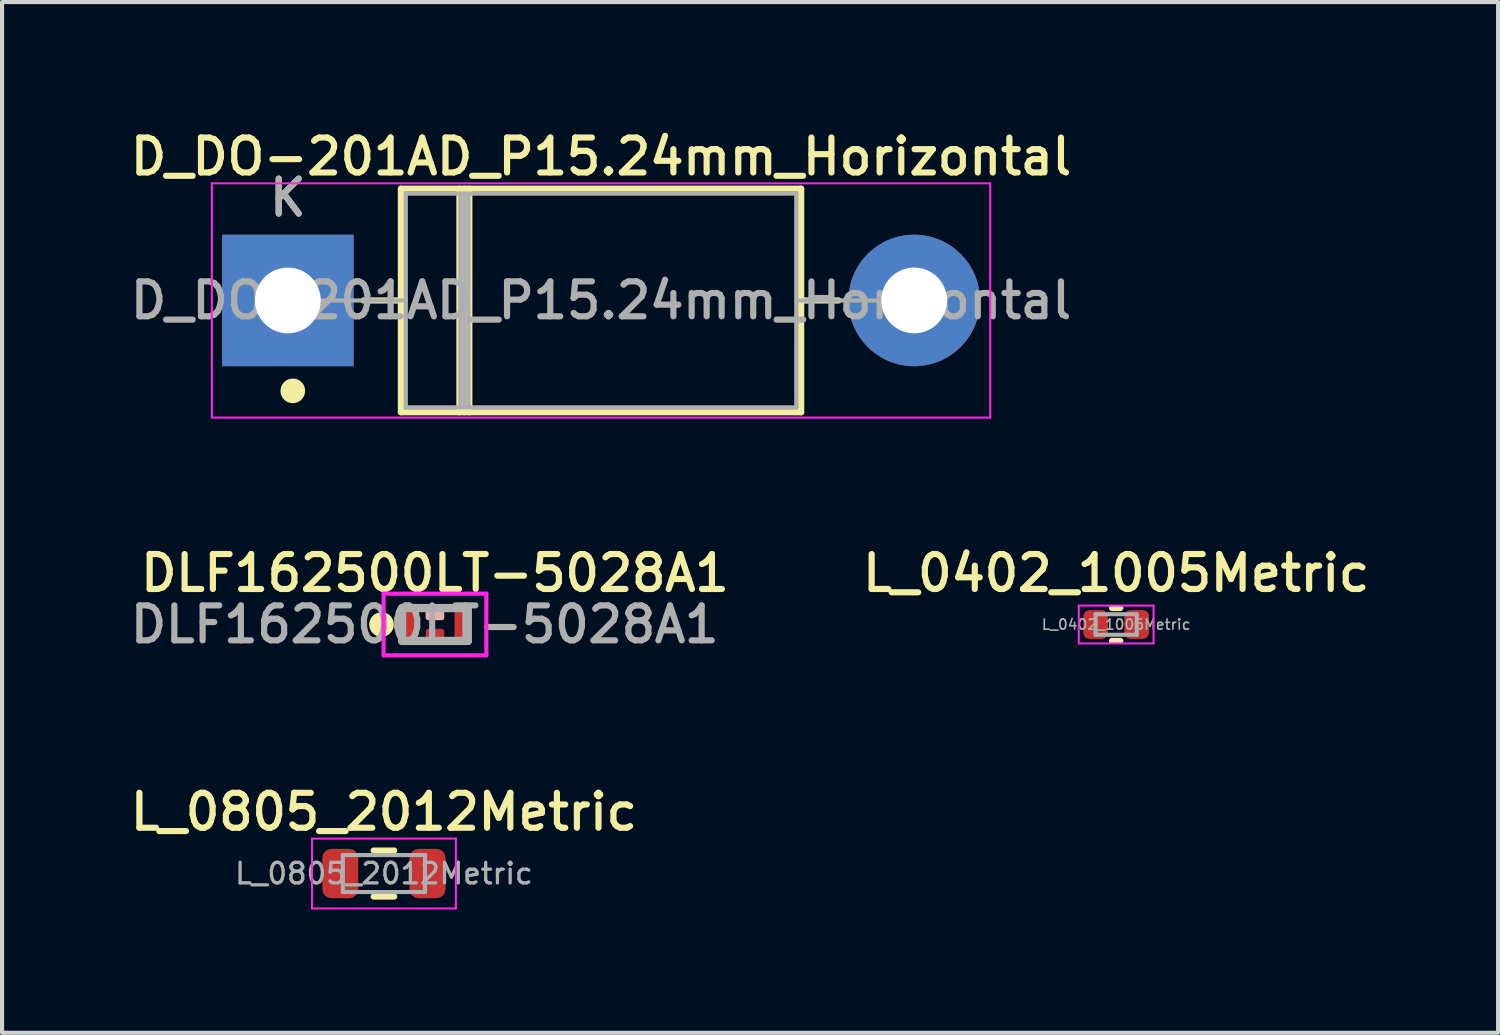
<source format=kicad_pcb>
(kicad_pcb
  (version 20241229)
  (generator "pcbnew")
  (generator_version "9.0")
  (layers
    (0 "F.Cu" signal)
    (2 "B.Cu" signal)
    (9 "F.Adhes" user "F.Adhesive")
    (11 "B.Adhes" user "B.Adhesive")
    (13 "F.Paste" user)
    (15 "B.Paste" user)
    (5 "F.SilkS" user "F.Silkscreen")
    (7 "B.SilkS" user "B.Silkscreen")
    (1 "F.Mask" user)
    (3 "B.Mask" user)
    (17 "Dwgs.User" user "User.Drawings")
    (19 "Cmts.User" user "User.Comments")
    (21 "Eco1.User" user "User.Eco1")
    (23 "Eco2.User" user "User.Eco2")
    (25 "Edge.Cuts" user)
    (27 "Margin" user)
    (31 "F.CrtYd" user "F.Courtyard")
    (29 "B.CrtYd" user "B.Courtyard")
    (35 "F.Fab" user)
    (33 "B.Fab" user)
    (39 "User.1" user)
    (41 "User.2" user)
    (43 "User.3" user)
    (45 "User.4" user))
  (footprint "D_DO-201AD_P15.24mm_Horizontal"
    (layer "F.Cu")
    (at 11.575 4.261)
    (property "Reference" "D_DO-201AD_P15.24mm_Horizontal" (at 0 -3.5 0) (layer "F.SilkS") (effects (font (size 0.85 0.85) (thickness 0.15))))
    (attr through_hole)
    (fp_line (start -5.78 0) (end -4.87 0) (stroke (width 0.15) (type solid)) (layer "F.SilkS"))
    (fp_line (start -4.87 -2.72) (end -4.87 2.72) (stroke (width 0.15) (type solid)) (layer "F.SilkS"))
    (fp_line (start -4.87 2.72) (end 4.87 2.72) (stroke (width 0.15) (type solid)) (layer "F.SilkS"))
    (fp_line (start -3.445 -2.72) (end -3.445 2.72) (stroke (width 0.15) (type solid)) (layer "F.SilkS"))
    (fp_line (start -3.325 -2.72) (end -3.325 2.72) (stroke (width 0.15) (type solid)) (layer "F.SilkS"))
    (fp_line (start -3.205 -2.72) (end -3.205 2.72) (stroke (width 0.15) (type solid)) (layer "F.SilkS"))
    (fp_line (start 4.87 -2.72) (end -4.87 -2.72) (stroke (width 0.15) (type solid)) (layer "F.SilkS"))
    (fp_line (start 4.87 2.72) (end 4.87 -2.72) (stroke (width 0.15) (type solid)) (layer "F.SilkS"))
    (fp_line (start 5.78 0) (end 4.87 0) (stroke (width 0.15) (type solid)) (layer "F.SilkS"))
    (fp_circle (center -7.5 2.2) (end -7.2 2.2) (stroke (width 0) (type solid)) (fill yes) (layer "F.SilkS"))
    (fp_line (start -9.47 -2.85) (end -9.47 2.85) (stroke (width 0.05) (type solid)) (layer "F.CrtYd"))
    (fp_line (start -9.47 2.85) (end 9.47 2.85) (stroke (width 0.05) (type solid)) (layer "F.CrtYd"))
    (fp_line (start 9.47 -2.85) (end -9.47 -2.85) (stroke (width 0.05) (type solid)) (layer "F.CrtYd"))
    (fp_line (start 9.47 2.85) (end 9.47 -2.85) (stroke (width 0.05) (type solid)) (layer "F.CrtYd"))
    (fp_line (start -7.62 0) (end -4.75 0) (stroke (width 0.1) (type solid)) (layer "F.Fab"))
    (fp_line (start -4.75 -2.6) (end -4.75 2.6) (stroke (width 0.1) (type solid)) (layer "F.Fab"))
    (fp_line (start -4.75 2.6) (end 4.75 2.6) (stroke (width 0.1) (type solid)) (layer "F.Fab"))
    (fp_line (start -3.425 -2.6) (end -3.425 2.6) (stroke (width 0.1) (type solid)) (layer "F.Fab"))
    (fp_line (start -3.325 -2.6) (end -3.325 2.6) (stroke (width 0.1) (type solid)) (layer "F.Fab"))
    (fp_line (start -3.225 -2.6) (end -3.225 2.6) (stroke (width 0.1) (type solid)) (layer "F.Fab"))
    (fp_line (start 4.75 -2.6) (end -4.75 -2.6) (stroke (width 0.1) (type solid)) (layer "F.Fab"))
    (fp_line (start 4.75 2.6) (end 4.75 -2.6) (stroke (width 0.1) (type solid)) (layer "F.Fab"))
    (fp_line (start 7.62 0) (end 4.75 0) (stroke (width 0.1) (type solid)) (layer "F.Fab"))
    (fp_text user "K" (at -7.62 -2.5 0) (layer "F.SilkS") (effects (font (size 0.85 0.85) (thickness 0.15))))
    (fp_text user "${REFERENCE}" (at 0 0 0) (layer "F.Fab") (effects (font (size 0.85 0.85) (thickness 0.15))))
    (fp_text user "K" (at -7.62 -2.5 0) (layer "F.Fab") (effects (font (size 0.85 0.85) (thickness 0.15))))
    (pad "1" thru_hole rect (at -7.62 0) (size 3.2 3.2) (drill 1.6) (layers "*.Cu" "*.Mask"))
    (pad "2" thru_hole oval (at 7.62 0) (size 3.2 3.2) (drill 1.6) (layers "*.Cu" "*.Mask")))
  (footprint "DLF162500LT-5028A1"
    (layer "F.Cu")
    (at 7.534 12.146)
    (property "Reference" "DLF162500LT-5028A1" (at 0 -1.25 0) (layer "F.SilkS") (effects (font (size 0.85 0.85) (thickness 0.15) (bold yes))))
    (attr smd)
    (fp_circle (center -1.3 0) (end -1 0) (stroke (width 0) (type solid)) (fill yes) (layer "F.SilkS"))
    (fp_line (start -1.25 -0.75) (end -1.25 0.75) (stroke (width 0.1) (type solid)) (layer "F.CrtYd"))
    (fp_line (start -1.25 0.75) (end 1.25 0.75) (stroke (width 0.1) (type solid)) (layer "F.CrtYd"))
    (fp_line (start 1.25 -0.75) (end -1.25 -0.75) (stroke (width 0.1) (type solid)) (layer "F.CrtYd"))
    (fp_line (start 1.25 0.75) (end 1.25 -0.75) (stroke (width 0.1) (type solid)) (layer "F.CrtYd"))
    (fp_line (start -0.8 -0.4) (end -0.8 0.4) (stroke (width 0.2) (type solid)) (layer "F.Fab"))
    (fp_line (start -0.8 0.4) (end 0.8 0.4) (stroke (width 0.2) (type solid)) (layer "F.Fab"))
    (fp_line (start 0.8 -0.4) (end -0.8 -0.4) (stroke (width 0.2) (type solid)) (layer "F.Fab"))
    (fp_line (start 0.8 0.4) (end 0.8 -0.4) (stroke (width 0.2) (type solid)) (layer "F.Fab"))
    (fp_text user "${REFERENCE}" (at -0.25 0 0) (layer "F.Fab") (effects (font (size 0.85 0.85) (thickness 0.15) (bold yes))))
    (pad "1" smd roundrect (at -0.613 0) (size 0.275 0.7) (layers "F.Cu" "F.Mask" "F.Paste") (roundrect_rratio 0.25))
    (pad "2" smd roundrect (at 0 0.228 90) (size 0.245 0.45) (layers "F.Cu" "F.Mask" "F.Paste") (roundrect_rratio 0.25))
    (pad "3" smd roundrect (at 0.613 0) (size 0.275 0.7) (layers "F.Cu" "F.Mask" "F.Paste") (roundrect_rratio 0.25))
    (pad "4" smd roundrect (at 0 -0.228 90) (size 0.245 0.45) (layers "F.Cu" "F.Mask" "B.SilkS" "F.Paste") (roundrect_rratio 0.25)))
  (footprint "L_0402_1005Metric"
    (layer "F.Cu")
    (at 24.11 12.146)
    (property "Reference" "L_0402_1005Metric" (at 0 -1.25 0) (layer "F.SilkS") (effects (font (size 0.85 0.85) (thickness 0.15))))
    (attr smd)
    (fp_line (start -0.1 -0.4) (end 0.1 -0.4) (stroke (width 0.15) (type solid)) (layer "F.SilkS"))
    (fp_line (start -0.1 0.4) (end 0.1 0.4) (stroke (width 0.15) (type solid)) (layer "F.SilkS"))
    (fp_line (start -0.91 -0.46) (end 0.91 -0.46) (stroke (width 0.05) (type solid)) (layer "F.CrtYd"))
    (fp_line (start -0.91 0.46) (end -0.91 -0.46) (stroke (width 0.05) (type solid)) (layer "F.CrtYd"))
    (fp_line (start 0.91 -0.46) (end 0.91 0.46) (stroke (width 0.05) (type solid)) (layer "F.CrtYd"))
    (fp_line (start 0.91 0.46) (end -0.91 0.46) (stroke (width 0.05) (type solid)) (layer "F.CrtYd"))
    (fp_line (start -0.5 -0.25) (end 0.5 -0.25) (stroke (width 0.1) (type solid)) (layer "F.Fab"))
    (fp_line (start -0.5 0.25) (end -0.5 -0.25) (stroke (width 0.1) (type solid)) (layer "F.Fab"))
    (fp_line (start 0.5 -0.25) (end 0.5 0.25) (stroke (width 0.1) (type solid)) (layer "F.Fab"))
    (fp_line (start 0.5 0.25) (end -0.5 0.25) (stroke (width 0.1) (type solid)) (layer "F.Fab"))
    (fp_text user "${REFERENCE}" (at 0 0 0) (layer "F.Fab") (effects (font (size 0.25 0.25) (thickness 0.04))))
    (pad "1" smd roundrect (at -0.5 0) (size 0.6 0.7) (layers "F.Cu" "F.Mask" "F.Paste") (roundrect_rratio 0.25))
    (pad "2" smd roundrect (at 0.5 0) (size 0.6 0.7) (layers "F.Cu" "F.Mask" "F.Paste") (roundrect_rratio 0.25)))
  (footprint "L_0805_2012Metric"
    (layer "F.Cu")
    (at 6.292 18.206)
    (property "Reference" "L_0805_2012Metric" (at 0 -1.5 0) (layer "F.SilkS") (effects (font (size 0.85 0.85) (thickness 0.15))))
    (attr smd)
    (fp_line (start -0.25 -0.56) (end 0.25 -0.56) (stroke (width 0.15) (type solid)) (layer "F.SilkS"))
    (fp_line (start -0.25 0.56) (end 0.25 0.56) (stroke (width 0.15) (type solid)) (layer "F.SilkS"))
    (fp_line (start -1.75 -0.85) (end 1.75 -0.85) (stroke (width 0.05) (type solid)) (layer "F.CrtYd"))
    (fp_line (start -1.75 0.85) (end -1.75 -0.85) (stroke (width 0.05) (type solid)) (layer "F.CrtYd"))
    (fp_line (start 1.75 -0.85) (end 1.75 0.85) (stroke (width 0.05) (type solid)) (layer "F.CrtYd"))
    (fp_line (start 1.75 0.85) (end -1.75 0.85) (stroke (width 0.05) (type solid)) (layer "F.CrtYd"))
    (fp_line (start -1 -0.45) (end 1 -0.45) (stroke (width 0.1) (type solid)) (layer "F.Fab"))
    (fp_line (start -1 0.45) (end -1 -0.45) (stroke (width 0.1) (type solid)) (layer "F.Fab"))
    (fp_line (start 1 -0.45) (end 1 0.45) (stroke (width 0.1) (type solid)) (layer "F.Fab"))
    (fp_line (start 1 0.45) (end -1 0.45) (stroke (width 0.1) (type solid)) (layer "F.Fab"))
    (fp_text user "${REFERENCE}" (at 0 0 0) (layer "F.Fab") (effects (font (size 0.5 0.5) (thickness 0.08))))
    (pad "1" smd roundrect (at -1.062 0) (size 0.875 1.2) (layers "F.Cu" "F.Mask" "F.Paste") (roundrect_rratio 0.25))
    (pad "2" smd roundrect (at 1.062 0) (size 0.875 1.2) (layers "F.Cu" "F.Mask" "F.Paste") (roundrect_rratio 0.25)))
  (gr_rect
    (start -3 -3)
    (end 33.403 22.081)
    (stroke (width 0.1) (type default))
    (fill no)
    (layer "Edge.Cuts")))
</source>
